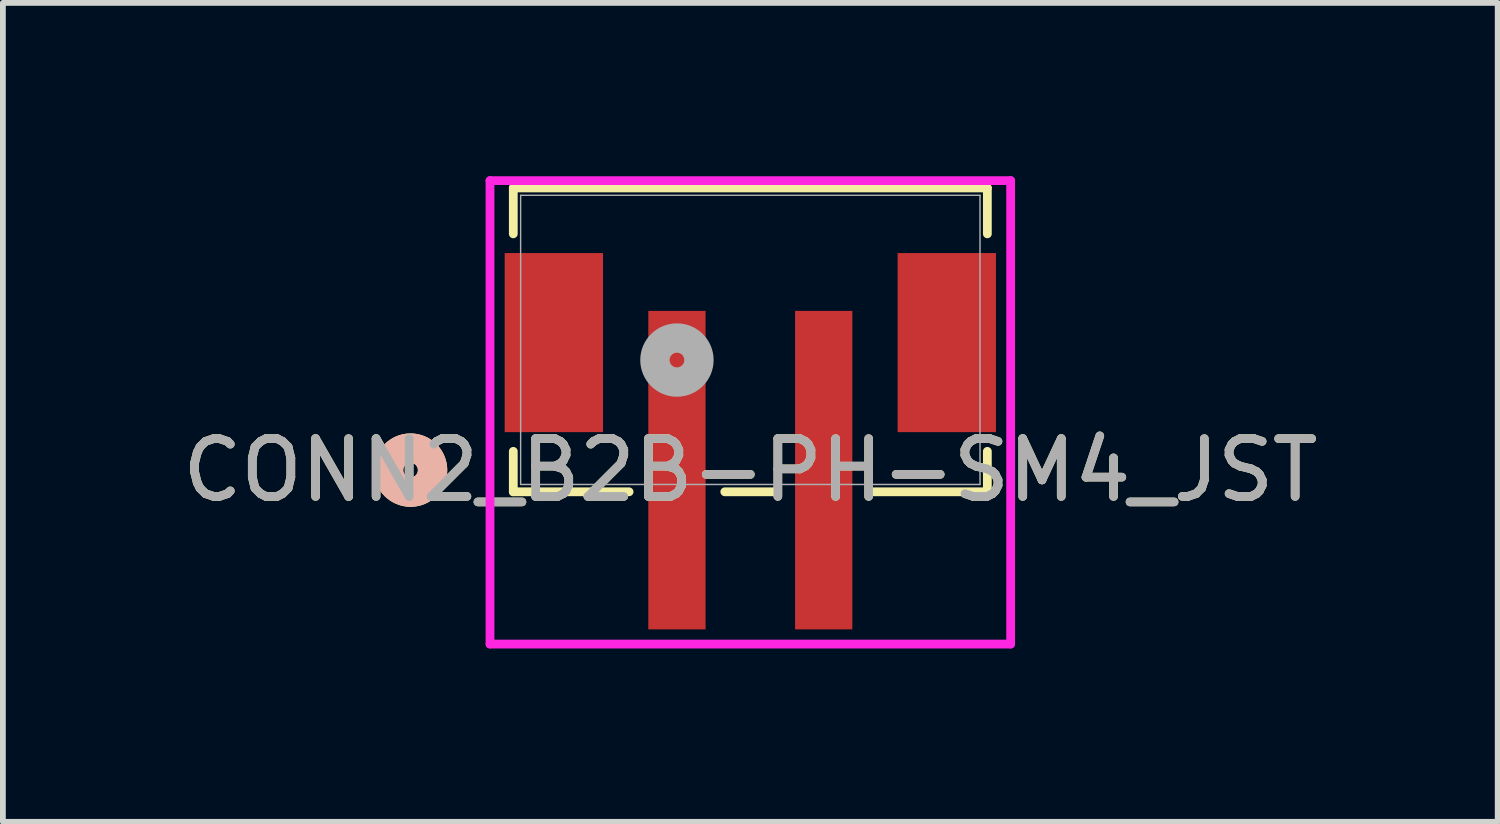
<source format=kicad_pcb>
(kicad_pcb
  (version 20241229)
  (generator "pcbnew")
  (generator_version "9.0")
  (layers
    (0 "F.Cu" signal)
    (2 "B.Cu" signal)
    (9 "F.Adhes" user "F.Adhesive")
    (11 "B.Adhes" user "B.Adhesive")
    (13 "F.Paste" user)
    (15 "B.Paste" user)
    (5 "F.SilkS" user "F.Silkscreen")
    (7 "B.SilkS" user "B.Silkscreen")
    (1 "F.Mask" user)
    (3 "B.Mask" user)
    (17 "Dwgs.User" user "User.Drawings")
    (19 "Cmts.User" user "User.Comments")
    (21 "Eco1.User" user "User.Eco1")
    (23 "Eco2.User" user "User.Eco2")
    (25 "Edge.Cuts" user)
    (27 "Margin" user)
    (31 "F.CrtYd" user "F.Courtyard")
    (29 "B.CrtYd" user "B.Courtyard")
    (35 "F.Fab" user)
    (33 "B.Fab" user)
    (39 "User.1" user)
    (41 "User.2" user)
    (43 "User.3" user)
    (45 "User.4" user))
  (footprint "CONN2_B2B-PH-SM4_JST"
    (layer "F.Cu")
    (at 9.935 2.832)
    (property "Reference" "CONN2_B2B-PH-SM4_JST" (at 0 2.254 0) (unlocked yes) (layer "F.SilkS") (effects (font (size 1 1) (thickness 0.15))))
    (attr smd)
    (fp_line (start -4.102 -2.629) (end -4.102 -1.835) (stroke (width 0.152) (type solid)) (layer "F.SilkS"))
    (fp_line (start -4.102 1.929) (end -4.102 2.629) (stroke (width 0.152) (type solid)) (layer "F.SilkS"))
    (fp_line (start -4.102 2.629) (end -2.098 2.629) (stroke (width 0.152) (type solid)) (layer "F.SilkS"))
    (fp_line (start -0.442 2.629) (end 0.442 2.629) (stroke (width 0.152) (type solid)) (layer "F.SilkS"))
    (fp_line (start 2.098 2.629) (end 4.102 2.629) (stroke (width 0.152) (type solid)) (layer "F.SilkS"))
    (fp_line (start 4.102 -2.629) (end -4.102 -2.629) (stroke (width 0.152) (type solid)) (layer "F.SilkS"))
    (fp_line (start 4.102 -1.835) (end 4.102 -2.629) (stroke (width 0.152) (type solid)) (layer "F.SilkS"))
    (fp_line (start 4.102 2.629) (end 4.102 1.929) (stroke (width 0.152) (type solid)) (layer "F.SilkS"))
    (fp_circle (center -5.88 2.254) (end -5.499 2.254) (stroke (width 0.508) (type solid)) (fill no) (layer "F.SilkS"))
    (fp_circle (center -5.88 2.254) (end -5.499 2.254) (stroke (width 0.508) (type solid)) (fill no) (layer "B.SilkS"))
    (fp_line (start -4.505 -2.756) (end -4.505 5.264) (stroke (width 0.152) (type solid)) (layer "F.CrtYd"))
    (fp_line (start -4.505 5.264) (end 4.505 5.264) (stroke (width 0.152) (type solid)) (layer "F.CrtYd"))
    (fp_line (start 4.505 -2.756) (end -4.505 -2.756) (stroke (width 0.152) (type solid)) (layer "F.CrtYd"))
    (fp_line (start 4.505 5.264) (end 4.505 -2.756) (stroke (width 0.152) (type solid)) (layer "F.CrtYd"))
    (fp_line (start -3.975 -2.502) (end -3.975 2.502) (stroke (width 0.025) (type solid)) (layer "F.Fab"))
    (fp_line (start -3.975 2.502) (end 3.975 2.502) (stroke (width 0.025) (type solid)) (layer "F.Fab"))
    (fp_line (start 3.975 -2.502) (end -3.975 -2.502) (stroke (width 0.025) (type solid)) (layer "F.Fab"))
    (fp_line (start 3.975 2.502) (end 3.975 -2.502) (stroke (width 0.025) (type solid)) (layer "F.Fab"))
    (fp_circle (center -1.27 0.349) (end -0.889 0.349) (stroke (width 0.508) (type solid)) (fill no) (layer "F.Fab"))
    (fp_text user "${REFERENCE}" (at 0 2.254 0) (unlocked yes) (layer "F.Fab") (effects (font (size 1 1) (thickness 0.15))))
    (pad "1" smd rect (at -1.27 2.254) (size 0.991 5.512) (layers "F.Cu" "F.Mask" "F.Paste"))
    (pad "2" smd rect (at 1.27 2.254) (size 0.991 5.512) (layers "F.Cu" "F.Mask" "F.Paste"))
    (pad "3" smd rect (at -3.4 0.047) (size 1.702 3.099) (layers "F.Cu" "F.Mask" "F.Paste"))
    (pad "4" smd rect (at 3.4 0.047) (size 1.702 3.099) (layers "F.Cu" "F.Mask" "F.Paste")))
  (gr_rect
    (start -3 -3)
    (end 22.869 11.172)
    (stroke (width 0.1) (type default))
    (fill no)
    (layer "Edge.Cuts")))
</source>
